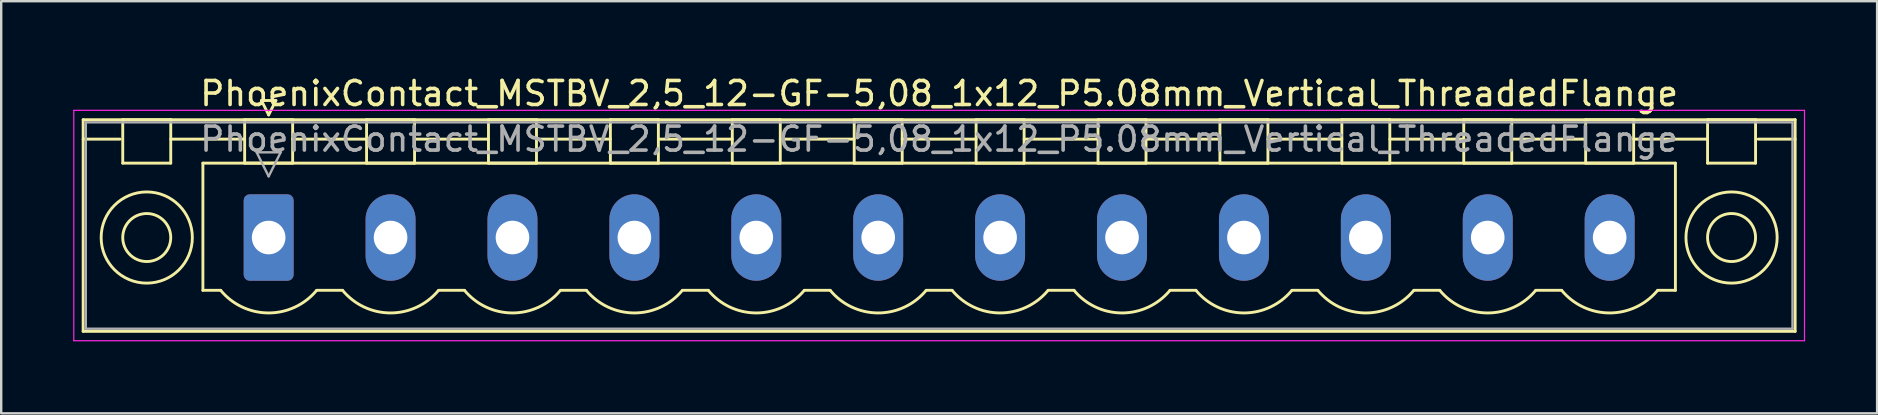
<source format=kicad_pcb>
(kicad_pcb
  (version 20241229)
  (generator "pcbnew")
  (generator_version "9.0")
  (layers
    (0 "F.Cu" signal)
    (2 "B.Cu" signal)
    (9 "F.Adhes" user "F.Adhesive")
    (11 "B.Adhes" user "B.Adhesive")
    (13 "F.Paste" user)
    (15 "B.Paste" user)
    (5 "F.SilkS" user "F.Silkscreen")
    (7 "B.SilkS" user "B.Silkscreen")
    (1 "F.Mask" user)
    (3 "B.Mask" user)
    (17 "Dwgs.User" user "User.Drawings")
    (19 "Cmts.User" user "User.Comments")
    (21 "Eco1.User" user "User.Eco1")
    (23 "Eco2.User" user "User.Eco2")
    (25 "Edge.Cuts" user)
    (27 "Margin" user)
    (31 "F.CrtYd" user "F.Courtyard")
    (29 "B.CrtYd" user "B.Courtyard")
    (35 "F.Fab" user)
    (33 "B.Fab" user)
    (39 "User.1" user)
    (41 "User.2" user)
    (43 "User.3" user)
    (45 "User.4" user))
  (footprint "PhoenixContact_MSTBV_2,5_12-GF-5,08_1x12_P5.08mm_Vertical_ThreadedFlange"
    (layer "F.Cu")
    (at 8.145 6.848)
    (property "Reference" "PhoenixContact_MSTBV_2,5_12-GF-5,08_1x12_P5.08mm_Vertical_ThreadedFlange" (at 27.94 -6 0) (layer "F.SilkS") (effects (font (size 1 1) (thickness 0.15))))
    (attr through_hole)
    (fp_line (start -7.73 -4.91) (end -7.73 3.91) (stroke (width 0.12) (type solid)) (layer "F.SilkS"))
    (fp_line (start -7.73 -4.1) (end -6.19 -4.1) (stroke (width 0.12) (type solid)) (layer "F.SilkS"))
    (fp_line (start -7.73 3.91) (end 63.61 3.91) (stroke (width 0.12) (type solid)) (layer "F.SilkS"))
    (fp_line (start -6.08 -4.91) (end -4.08 -4.91) (stroke (width 0.12) (type solid)) (layer "F.SilkS"))
    (fp_line (start -6.08 -3.1) (end -6.08 -4.91) (stroke (width 0.12) (type solid)) (layer "F.SilkS"))
    (fp_line (start -4.08 -4.91) (end -4.08 -3.1) (stroke (width 0.12) (type solid)) (layer "F.SilkS"))
    (fp_line (start -4.08 -4.1) (end -1 -4.1) (stroke (width 0.12) (type solid)) (layer "F.SilkS"))
    (fp_line (start -4.08 -3.1) (end -6.08 -3.1) (stroke (width 0.12) (type solid)) (layer "F.SilkS"))
    (fp_line (start -2.74 -3.1) (end 58.62 -3.1) (stroke (width 0.12) (type solid)) (layer "F.SilkS"))
    (fp_line (start -2.74 2.2) (end -2.74 -3.1) (stroke (width 0.12) (type solid)) (layer "F.SilkS"))
    (fp_line (start -2 2.2) (end -2.74 2.2) (stroke (width 0.12) (type solid)) (layer "F.SilkS"))
    (fp_line (start -1 -4.91) (end 1 -4.91) (stroke (width 0.12) (type solid)) (layer "F.SilkS"))
    (fp_line (start -1 -3.1) (end -1 -4.91) (stroke (width 0.12) (type solid)) (layer "F.SilkS"))
    (fp_line (start -0.3 -5.71) (end 0.3 -5.71) (stroke (width 0.12) (type solid)) (layer "F.SilkS"))
    (fp_line (start 0 -5.11) (end -0.3 -5.71) (stroke (width 0.12) (type solid)) (layer "F.SilkS"))
    (fp_line (start 0.3 -5.71) (end 0 -5.11) (stroke (width 0.12) (type solid)) (layer "F.SilkS"))
    (fp_line (start 1 -4.91) (end 1 -3.1) (stroke (width 0.12) (type solid)) (layer "F.SilkS"))
    (fp_line (start 1 -4.1) (end 4.08 -4.1) (stroke (width 0.12) (type solid)) (layer "F.SilkS"))
    (fp_line (start 1 -3.1) (end -1 -3.1) (stroke (width 0.12) (type solid)) (layer "F.SilkS"))
    (fp_line (start 2 2.2) (end 3.08 2.2) (stroke (width 0.12) (type solid)) (layer "F.SilkS"))
    (fp_line (start 4.08 -4.91) (end 6.08 -4.91) (stroke (width 0.12) (type solid)) (layer "F.SilkS"))
    (fp_line (start 4.08 -3.1) (end 4.08 -4.91) (stroke (width 0.12) (type solid)) (layer "F.SilkS"))
    (fp_line (start 6.08 -4.91) (end 6.08 -3.1) (stroke (width 0.12) (type solid)) (layer "F.SilkS"))
    (fp_line (start 6.08 -4.1) (end 9.16 -4.1) (stroke (width 0.12) (type solid)) (layer "F.SilkS"))
    (fp_line (start 6.08 -3.1) (end 4.08 -3.1) (stroke (width 0.12) (type solid)) (layer "F.SilkS"))
    (fp_line (start 7.08 2.2) (end 8.16 2.2) (stroke (width 0.12) (type solid)) (layer "F.SilkS"))
    (fp_line (start 9.16 -4.91) (end 11.16 -4.91) (stroke (width 0.12) (type solid)) (layer "F.SilkS"))
    (fp_line (start 9.16 -3.1) (end 9.16 -4.91) (stroke (width 0.12) (type solid)) (layer "F.SilkS"))
    (fp_line (start 11.16 -4.91) (end 11.16 -3.1) (stroke (width 0.12) (type solid)) (layer "F.SilkS"))
    (fp_line (start 11.16 -4.1) (end 14.24 -4.1) (stroke (width 0.12) (type solid)) (layer "F.SilkS"))
    (fp_line (start 11.16 -3.1) (end 9.16 -3.1) (stroke (width 0.12) (type solid)) (layer "F.SilkS"))
    (fp_line (start 12.16 2.2) (end 13.24 2.2) (stroke (width 0.12) (type solid)) (layer "F.SilkS"))
    (fp_line (start 14.24 -4.91) (end 16.24 -4.91) (stroke (width 0.12) (type solid)) (layer "F.SilkS"))
    (fp_line (start 14.24 -3.1) (end 14.24 -4.91) (stroke (width 0.12) (type solid)) (layer "F.SilkS"))
    (fp_line (start 16.24 -4.91) (end 16.24 -3.1) (stroke (width 0.12) (type solid)) (layer "F.SilkS"))
    (fp_line (start 16.24 -4.1) (end 19.32 -4.1) (stroke (width 0.12) (type solid)) (layer "F.SilkS"))
    (fp_line (start 16.24 -3.1) (end 14.24 -3.1) (stroke (width 0.12) (type solid)) (layer "F.SilkS"))
    (fp_line (start 17.24 2.2) (end 18.32 2.2) (stroke (width 0.12) (type solid)) (layer "F.SilkS"))
    (fp_line (start 19.32 -4.91) (end 21.32 -4.91) (stroke (width 0.12) (type solid)) (layer "F.SilkS"))
    (fp_line (start 19.32 -3.1) (end 19.32 -4.91) (stroke (width 0.12) (type solid)) (layer "F.SilkS"))
    (fp_line (start 21.32 -4.91) (end 21.32 -3.1) (stroke (width 0.12) (type solid)) (layer "F.SilkS"))
    (fp_line (start 21.32 -4.1) (end 24.4 -4.1) (stroke (width 0.12) (type solid)) (layer "F.SilkS"))
    (fp_line (start 21.32 -3.1) (end 19.32 -3.1) (stroke (width 0.12) (type solid)) (layer "F.SilkS"))
    (fp_line (start 22.32 2.2) (end 23.4 2.2) (stroke (width 0.12) (type solid)) (layer "F.SilkS"))
    (fp_line (start 24.4 -4.91) (end 26.4 -4.91) (stroke (width 0.12) (type solid)) (layer "F.SilkS"))
    (fp_line (start 24.4 -3.1) (end 24.4 -4.91) (stroke (width 0.12) (type solid)) (layer "F.SilkS"))
    (fp_line (start 26.4 -4.91) (end 26.4 -3.1) (stroke (width 0.12) (type solid)) (layer "F.SilkS"))
    (fp_line (start 26.4 -4.1) (end 29.48 -4.1) (stroke (width 0.12) (type solid)) (layer "F.SilkS"))
    (fp_line (start 26.4 -3.1) (end 24.4 -3.1) (stroke (width 0.12) (type solid)) (layer "F.SilkS"))
    (fp_line (start 27.4 2.2) (end 28.48 2.2) (stroke (width 0.12) (type solid)) (layer "F.SilkS"))
    (fp_line (start 29.48 -4.91) (end 31.48 -4.91) (stroke (width 0.12) (type solid)) (layer "F.SilkS"))
    (fp_line (start 29.48 -3.1) (end 29.48 -4.91) (stroke (width 0.12) (type solid)) (layer "F.SilkS"))
    (fp_line (start 31.48 -4.91) (end 31.48 -3.1) (stroke (width 0.12) (type solid)) (layer "F.SilkS"))
    (fp_line (start 31.48 -4.1) (end 34.56 -4.1) (stroke (width 0.12) (type solid)) (layer "F.SilkS"))
    (fp_line (start 31.48 -3.1) (end 29.48 -3.1) (stroke (width 0.12) (type solid)) (layer "F.SilkS"))
    (fp_line (start 32.48 2.2) (end 33.56 2.2) (stroke (width 0.12) (type solid)) (layer "F.SilkS"))
    (fp_line (start 34.56 -4.91) (end 36.56 -4.91) (stroke (width 0.12) (type solid)) (layer "F.SilkS"))
    (fp_line (start 34.56 -3.1) (end 34.56 -4.91) (stroke (width 0.12) (type solid)) (layer "F.SilkS"))
    (fp_line (start 36.56 -4.91) (end 36.56 -3.1) (stroke (width 0.12) (type solid)) (layer "F.SilkS"))
    (fp_line (start 36.56 -4.1) (end 39.64 -4.1) (stroke (width 0.12) (type solid)) (layer "F.SilkS"))
    (fp_line (start 36.56 -3.1) (end 34.56 -3.1) (stroke (width 0.12) (type solid)) (layer "F.SilkS"))
    (fp_line (start 37.56 2.2) (end 38.64 2.2) (stroke (width 0.12) (type solid)) (layer "F.SilkS"))
    (fp_line (start 39.64 -4.91) (end 41.64 -4.91) (stroke (width 0.12) (type solid)) (layer "F.SilkS"))
    (fp_line (start 39.64 -3.1) (end 39.64 -4.91) (stroke (width 0.12) (type solid)) (layer "F.SilkS"))
    (fp_line (start 41.64 -4.91) (end 41.64 -3.1) (stroke (width 0.12) (type solid)) (layer "F.SilkS"))
    (fp_line (start 41.64 -4.1) (end 44.72 -4.1) (stroke (width 0.12) (type solid)) (layer "F.SilkS"))
    (fp_line (start 41.64 -3.1) (end 39.64 -3.1) (stroke (width 0.12) (type solid)) (layer "F.SilkS"))
    (fp_line (start 42.64 2.2) (end 43.72 2.2) (stroke (width 0.12) (type solid)) (layer "F.SilkS"))
    (fp_line (start 44.72 -4.91) (end 46.72 -4.91) (stroke (width 0.12) (type solid)) (layer "F.SilkS"))
    (fp_line (start 44.72 -3.1) (end 44.72 -4.91) (stroke (width 0.12) (type solid)) (layer "F.SilkS"))
    (fp_line (start 46.72 -4.91) (end 46.72 -3.1) (stroke (width 0.12) (type solid)) (layer "F.SilkS"))
    (fp_line (start 46.72 -4.1) (end 49.8 -4.1) (stroke (width 0.12) (type solid)) (layer "F.SilkS"))
    (fp_line (start 46.72 -3.1) (end 44.72 -3.1) (stroke (width 0.12) (type solid)) (layer "F.SilkS"))
    (fp_line (start 47.72 2.2) (end 48.8 2.2) (stroke (width 0.12) (type solid)) (layer "F.SilkS"))
    (fp_line (start 49.8 -4.91) (end 51.8 -4.91) (stroke (width 0.12) (type solid)) (layer "F.SilkS"))
    (fp_line (start 49.8 -3.1) (end 49.8 -4.91) (stroke (width 0.12) (type solid)) (layer "F.SilkS"))
    (fp_line (start 51.8 -4.91) (end 51.8 -3.1) (stroke (width 0.12) (type solid)) (layer "F.SilkS"))
    (fp_line (start 51.8 -4.1) (end 54.88 -4.1) (stroke (width 0.12) (type solid)) (layer "F.SilkS"))
    (fp_line (start 51.8 -3.1) (end 49.8 -3.1) (stroke (width 0.12) (type solid)) (layer "F.SilkS"))
    (fp_line (start 52.8 2.2) (end 53.88 2.2) (stroke (width 0.12) (type solid)) (layer "F.SilkS"))
    (fp_line (start 54.88 -4.91) (end 56.88 -4.91) (stroke (width 0.12) (type solid)) (layer "F.SilkS"))
    (fp_line (start 54.88 -3.1) (end 54.88 -4.91) (stroke (width 0.12) (type solid)) (layer "F.SilkS"))
    (fp_line (start 56.88 -4.91) (end 56.88 -3.1) (stroke (width 0.12) (type solid)) (layer "F.SilkS"))
    (fp_line (start 56.88 -4.1) (end 59.96 -4.1) (stroke (width 0.12) (type solid)) (layer "F.SilkS"))
    (fp_line (start 56.88 -3.1) (end 54.88 -3.1) (stroke (width 0.12) (type solid)) (layer "F.SilkS"))
    (fp_line (start 58.62 -3.1) (end 58.62 2.2) (stroke (width 0.12) (type solid)) (layer "F.SilkS"))
    (fp_line (start 58.62 2.2) (end 57.88 2.2) (stroke (width 0.12) (type solid)) (layer "F.SilkS"))
    (fp_line (start 59.96 -4.91) (end 61.96 -4.91) (stroke (width 0.12) (type solid)) (layer "F.SilkS"))
    (fp_line (start 59.96 -3.1) (end 59.96 -4.91) (stroke (width 0.12) (type solid)) (layer "F.SilkS"))
    (fp_line (start 61.96 -4.91) (end 61.96 -3.1) (stroke (width 0.12) (type solid)) (layer "F.SilkS"))
    (fp_line (start 61.96 -3.1) (end 59.96 -3.1) (stroke (width 0.12) (type solid)) (layer "F.SilkS"))
    (fp_line (start 63.61 -4.91) (end -7.73 -4.91) (stroke (width 0.12) (type solid)) (layer "F.SilkS"))
    (fp_line (start 63.61 -4.1) (end 62.07 -4.1) (stroke (width 0.12) (type solid)) (layer "F.SilkS"))
    (fp_line (start 63.61 3.91) (end 63.61 -4.91) (stroke (width 0.12) (type solid)) (layer "F.SilkS"))
    (fp_arc (start 1.986842 2.215821) (mid -0.010289 3.142758) (end -2 2.2) (stroke (width 0.12) (type solid)) (layer "F.SilkS"))
    (fp_arc (start 7.066842 2.215821) (mid 5.069711 3.142758) (end 3.08 2.2) (stroke (width 0.12) (type solid)) (layer "F.SilkS"))
    (fp_arc (start 12.146842 2.215821) (mid 10.149711 3.142758) (end 8.16 2.2) (stroke (width 0.12) (type solid)) (layer "F.SilkS"))
    (fp_arc (start 17.226842 2.215821) (mid 15.229711 3.142758) (end 13.24 2.2) (stroke (width 0.12) (type solid)) (layer "F.SilkS"))
    (fp_arc (start 22.306842 2.215821) (mid 20.309711 3.142758) (end 18.32 2.2) (stroke (width 0.12) (type solid)) (layer "F.SilkS"))
    (fp_arc (start 27.386842 2.215821) (mid 25.389711 3.142758) (end 23.4 2.2) (stroke (width 0.12) (type solid)) (layer "F.SilkS"))
    (fp_arc (start 32.466842 2.215821) (mid 30.469711 3.142758) (end 28.48 2.2) (stroke (width 0.12) (type solid)) (layer "F.SilkS"))
    (fp_arc (start 37.546842 2.215821) (mid 35.549711 3.142758) (end 33.56 2.2) (stroke (width 0.12) (type solid)) (layer "F.SilkS"))
    (fp_arc (start 42.626842 2.215821) (mid 40.629711 3.142758) (end 38.64 2.2) (stroke (width 0.12) (type solid)) (layer "F.SilkS"))
    (fp_arc (start 47.706842 2.215821) (mid 45.709711 3.142758) (end 43.72 2.2) (stroke (width 0.12) (type solid)) (layer "F.SilkS"))
    (fp_arc (start 52.786842 2.215821) (mid 50.789711 3.142758) (end 48.8 2.2) (stroke (width 0.12) (type solid)) (layer "F.SilkS"))
    (fp_arc (start 57.866842 2.215821) (mid 55.869711 3.142758) (end 53.88 2.2) (stroke (width 0.12) (type solid)) (layer "F.SilkS"))
    (fp_circle (center -5.08 0) (end -4.08 0) (stroke (width 0.12) (type solid)) (fill no) (layer "F.SilkS"))
    (fp_circle (center -5.08 0) (end -3.18 0) (stroke (width 0.12) (type solid)) (fill no) (layer "F.SilkS"))
    (fp_circle (center 60.96 0) (end 61.96 0) (stroke (width 0.12) (type solid)) (fill no) (layer "F.SilkS"))
    (fp_circle (center 60.96 0) (end 62.86 0) (stroke (width 0.12) (type solid)) (fill no) (layer "F.SilkS"))
    (fp_line (start -8.12 -5.3) (end -8.12 4.3) (stroke (width 0.05) (type solid)) (layer "F.CrtYd"))
    (fp_line (start -8.12 4.3) (end 64 4.3) (stroke (width 0.05) (type solid)) (layer "F.CrtYd"))
    (fp_line (start 64 -5.3) (end -8.12 -5.3) (stroke (width 0.05) (type solid)) (layer "F.CrtYd"))
    (fp_line (start 64 4.3) (end 64 -5.3) (stroke (width 0.05) (type solid)) (layer "F.CrtYd"))
    (fp_line (start -7.62 -4.8) (end -7.62 3.8) (stroke (width 0.1) (type solid)) (layer "F.Fab"))
    (fp_line (start -7.62 3.8) (end 63.5 3.8) (stroke (width 0.1) (type solid)) (layer "F.Fab"))
    (fp_line (start -0.5 -3.55) (end 0.5 -3.55) (stroke (width 0.1) (type solid)) (layer "F.Fab"))
    (fp_line (start 0 -2.55) (end -0.5 -3.55) (stroke (width 0.1) (type solid)) (layer "F.Fab"))
    (fp_line (start 0.5 -3.55) (end 0 -2.55) (stroke (width 0.1) (type solid)) (layer "F.Fab"))
    (fp_line (start 63.5 -4.8) (end -7.62 -4.8) (stroke (width 0.1) (type solid)) (layer "F.Fab"))
    (fp_line (start 63.5 3.8) (end 63.5 -4.8) (stroke (width 0.1) (type solid)) (layer "F.Fab"))
    (fp_text user "${REFERENCE}" (at 27.94 -4.1 0) (layer "F.Fab") (effects (font (size 1 1) (thickness 0.15))))
    (pad "1" thru_hole roundrect (at 0 0) (size 2.08 3.6) (drill 1.4) (layers "*.Cu" "*.Mask") (roundrect_rratio 0.12))
    (pad "2" thru_hole oval (at 5.08 0) (size 2.08 3.6) (drill 1.4) (layers "*.Cu" "*.Mask"))
    (pad "3" thru_hole oval (at 10.16 0) (size 2.08 3.6) (drill 1.4) (layers "*.Cu" "*.Mask"))
    (pad "4" thru_hole oval (at 15.24 0) (size 2.08 3.6) (drill 1.4) (layers "*.Cu" "*.Mask"))
    (pad "5" thru_hole oval (at 20.32 0) (size 2.08 3.6) (drill 1.4) (layers "*.Cu" "*.Mask"))
    (pad "6" thru_hole oval (at 25.4 0) (size 2.08 3.6) (drill 1.4) (layers "*.Cu" "*.Mask"))
    (pad "7" thru_hole oval (at 30.48 0) (size 2.08 3.6) (drill 1.4) (layers "*.Cu" "*.Mask"))
    (pad "8" thru_hole oval (at 35.56 0) (size 2.08 3.6) (drill 1.4) (layers "*.Cu" "*.Mask"))
    (pad "9" thru_hole oval (at 40.64 0) (size 2.08 3.6) (drill 1.4) (layers "*.Cu" "*.Mask"))
    (pad "10" thru_hole oval (at 45.72 0) (size 2.08 3.6) (drill 1.4) (layers "*.Cu" "*.Mask"))
    (pad "11" thru_hole oval (at 50.8 0) (size 2.08 3.6) (drill 1.4) (layers "*.Cu" "*.Mask"))
    (pad "12" thru_hole oval (at 55.88 0) (size 2.08 3.6) (drill 1.4) (layers "*.Cu" "*.Mask")))
  (gr_rect
    (start -3 -3)
    (end 75.17 14.173)
    (stroke (width 0.1) (type default))
    (fill no)
    (layer "Edge.Cuts")))
</source>
